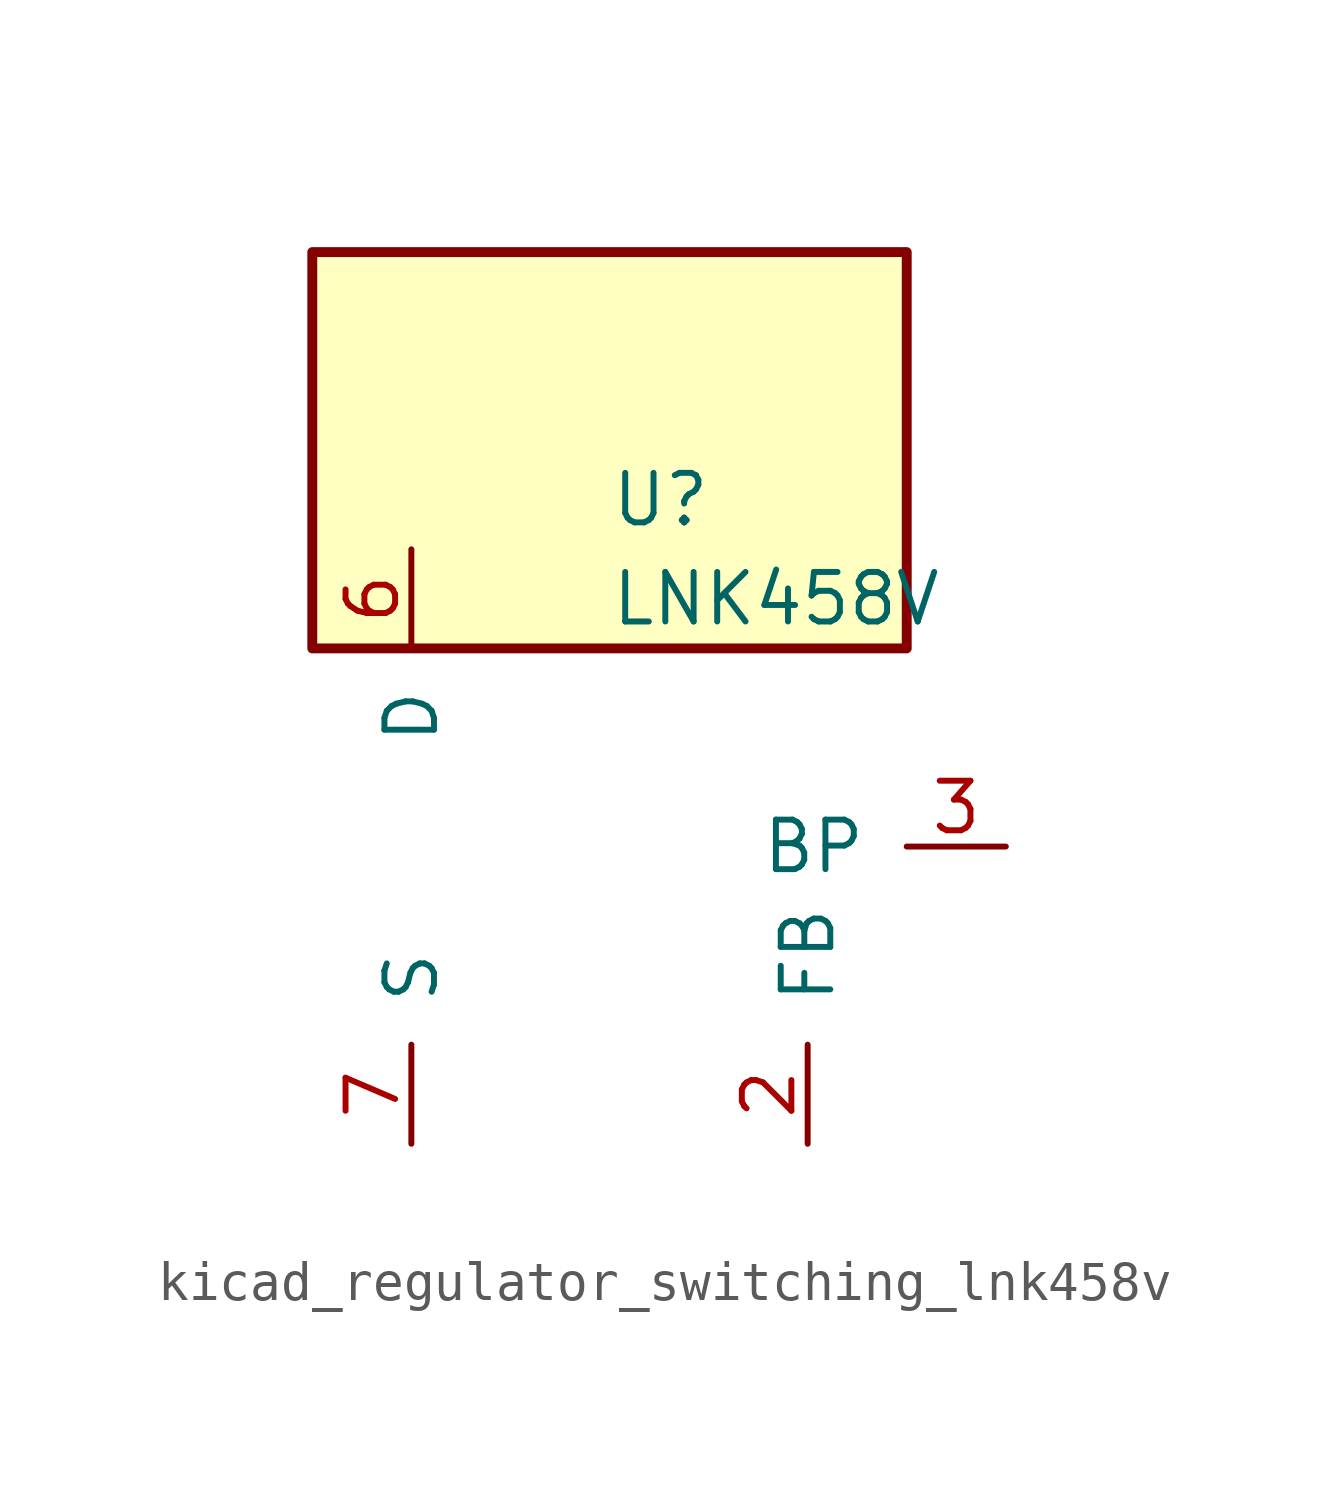
<source format=kicad_sym>
(kicad_symbol_lib
  (version 20220914)
  (generator kicad_symbol_editor)
  (symbol "kicad_regulator_switching_lnk458v"
    (pin_names
      (offset 1.016))
    (property "Reference" "U"
      (at 0 8.89 0)
      (effects (font (size 1.27 1.27)) (justify left)))
    (property "Value" "LNK458V"
      (at 0 6.35 0)
      (effects (font (size 1.27 1.27)) (justify left)))
    (symbol "kicad_regulator_switching_lnk458v_0_1"
      (rectangle (start 7.62 15.24) (end -7.62 5.08) (stroke (width 0.254) (type default)) (fill (type background))))
    (symbol "kicad_regulator_switching_lnk458v_1_1"
      (pin no_connect line (at -2.54 5.08 270) (length 2.54) hide (name "NC" (effects (font (size 1.27 1.27)))) (number "1" (effects (font (size 1.27 1.27)))))
      (pin passive line (at -5.08 -7.62 90) (length 2.54) hide (name "S" (effects (font (size 1.27 1.27)))) (number "10" (effects (font (size 1.27 1.27)))))
      (pin passive line (at -5.08 -7.62 90) (length 2.54) hide (name "S" (effects (font (size 1.27 1.27)))) (number "11" (effects (font (size 1.27 1.27)))))
      (pin passive line (at -5.08 -7.62 90) (length 2.54) hide (name "S" (effects (font (size 1.27 1.27)))) (number "12" (effects (font (size 1.27 1.27)))))
      (pin input line (at 5.08 -7.62 90) (length 2.54) (name "FB" (effects (font (size 1.27 1.27)))) (number "2" (effects (font (size 1.27 1.27)))))
      (pin input line (at 10.16 0 180) (length 2.54) (name "BP" (effects (font (size 1.27 1.27)))) (number "3" (effects (font (size 1.27 1.27)))))
      (pin no_connect line (at 0 5.08 270) (length 2.54) hide (name "NC" (effects (font (size 1.27 1.27)))) (number "4" (effects (font (size 1.27 1.27)))))
      (pin open_collector line (at -5.08 7.62 270) (length 2.54) (name "D" (effects (font (size 1.27 1.27)))) (number "6" (effects (font (size 1.27 1.27)))))
      (pin power_in line (at -5.08 -7.62 90) (length 2.54) (name "S" (effects (font (size 1.27 1.27)))) (number "7" (effects (font (size 1.27 1.27)))))
      (pin passive line (at -5.08 -7.62 90) (length 2.54) hide (name "S" (effects (font (size 1.27 1.27)))) (number "8" (effects (font (size 1.27 1.27)))))
      (pin passive line (at -5.08 -7.62 90) (length 2.54) hide (name "S" (effects (font (size 1.27 1.27)))) (number "9" (effects (font (size 1.27 1.27))))))))
</source>
